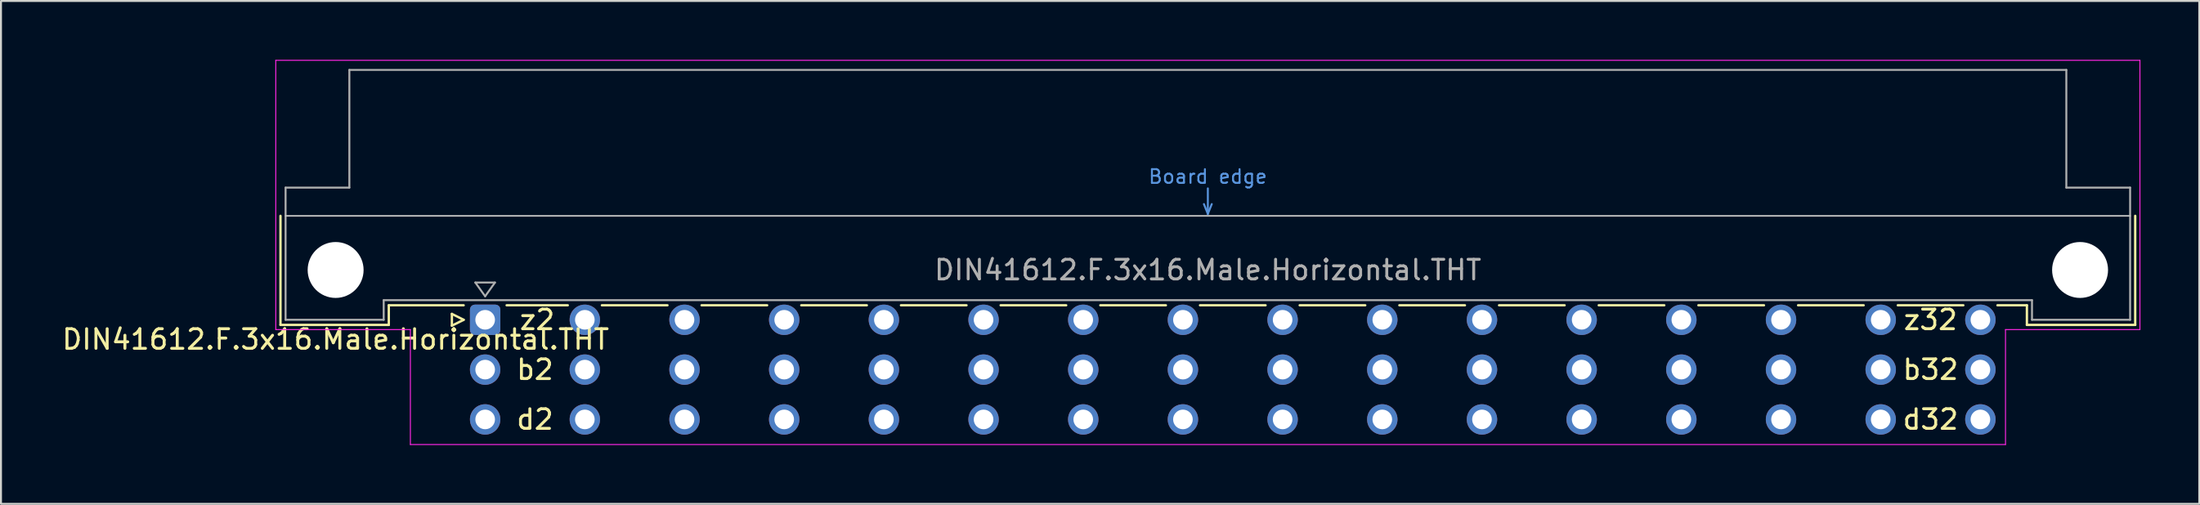
<source format=kicad_pcb>
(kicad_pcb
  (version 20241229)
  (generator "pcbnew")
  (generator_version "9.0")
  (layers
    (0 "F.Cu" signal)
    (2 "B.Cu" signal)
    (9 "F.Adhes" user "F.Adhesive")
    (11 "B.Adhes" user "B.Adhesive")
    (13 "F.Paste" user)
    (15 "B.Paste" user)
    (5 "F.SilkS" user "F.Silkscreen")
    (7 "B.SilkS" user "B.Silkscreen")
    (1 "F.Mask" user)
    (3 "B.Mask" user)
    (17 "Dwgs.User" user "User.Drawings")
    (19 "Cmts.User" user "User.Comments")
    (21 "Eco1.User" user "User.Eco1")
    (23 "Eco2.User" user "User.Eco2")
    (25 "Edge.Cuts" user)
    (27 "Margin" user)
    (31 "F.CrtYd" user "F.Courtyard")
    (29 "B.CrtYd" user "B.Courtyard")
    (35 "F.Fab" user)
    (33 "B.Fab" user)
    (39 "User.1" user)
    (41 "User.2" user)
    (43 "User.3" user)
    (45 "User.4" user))
  (footprint "DIN41612.F.3x16.Male.Horizontal.THT"
    (layer "F.Cu")
    (at 58.504 8.175)
    (property "Reference" "DIN41612.F.3x16.Male.Horizontal.THT" (at -44.45 6.08 0) (layer "F.SilkS") (effects (font (size 1 1) (thickness 0.15))))
    (attr through_hole)
    (fp_line (start -47.26 -0.22) (end -47.26 5.34) (stroke (width 0.12) (type solid)) (layer "F.SilkS"))
    (fp_line (start -47.26 5.34) (end -41.74 5.34) (stroke (width 0.12) (type solid)) (layer "F.SilkS"))
    (fp_line (start -41.741 4.34) (end -37.925 4.34) (stroke (width 0.12) (type solid)) (layer "F.SilkS"))
    (fp_line (start -41.74 5.34) (end -41.74 4.34) (stroke (width 0.12) (type solid)) (layer "F.SilkS"))
    (fp_line (start -38.525 4.78) (end -38.525 5.38) (stroke (width 0.12) (type solid)) (layer "F.SilkS"))
    (fp_line (start -38.525 5.38) (end -37.925 5.08) (stroke (width 0.12) (type solid)) (layer "F.SilkS"))
    (fp_line (start -37.925 5.08) (end -38.525 4.78) (stroke (width 0.12) (type solid)) (layer "F.SilkS"))
    (fp_line (start -35.735 4.34) (end -32.619 4.34) (stroke (width 0.12) (type solid)) (layer "F.SilkS"))
    (fp_line (start -30.88 4.34) (end -27.539 4.34) (stroke (width 0.12) (type solid)) (layer "F.SilkS"))
    (fp_line (start -25.8 4.34) (end -22.459 4.34) (stroke (width 0.12) (type solid)) (layer "F.SilkS"))
    (fp_line (start -20.72 4.34) (end -17.379 4.34) (stroke (width 0.12) (type solid)) (layer "F.SilkS"))
    (fp_line (start -15.64 4.34) (end -12.299 4.34) (stroke (width 0.12) (type solid)) (layer "F.SilkS"))
    (fp_line (start -10.56 4.34) (end -7.219 4.34) (stroke (width 0.12) (type solid)) (layer "F.SilkS"))
    (fp_line (start -5.48 4.34) (end -2.139 4.34) (stroke (width 0.12) (type solid)) (layer "F.SilkS"))
    (fp_line (start -0.4 4.34) (end 2.941 4.34) (stroke (width 0.12) (type solid)) (layer "F.SilkS"))
    (fp_line (start 4.68 4.34) (end 8.021 4.34) (stroke (width 0.12) (type solid)) (layer "F.SilkS"))
    (fp_line (start 9.76 4.34) (end 13.101 4.34) (stroke (width 0.12) (type solid)) (layer "F.SilkS"))
    (fp_line (start 14.84 4.34) (end 18.181 4.34) (stroke (width 0.12) (type solid)) (layer "F.SilkS"))
    (fp_line (start 19.92 4.34) (end 23.261 4.34) (stroke (width 0.12) (type solid)) (layer "F.SilkS"))
    (fp_line (start 25 4.34) (end 28.341 4.34) (stroke (width 0.12) (type solid)) (layer "F.SilkS"))
    (fp_line (start 30.08 4.34) (end 33.421 4.34) (stroke (width 0.12) (type solid)) (layer "F.SilkS"))
    (fp_line (start 35.16 4.34) (end 38.501 4.34) (stroke (width 0.12) (type solid)) (layer "F.SilkS"))
    (fp_line (start 40.24 4.34) (end 41.74 4.34) (stroke (width 0.12) (type solid)) (layer "F.SilkS"))
    (fp_line (start 41.74 5.34) (end 41.74 4.34) (stroke (width 0.12) (type solid)) (layer "F.SilkS"))
    (fp_line (start 47.26 -0.22) (end 47.26 5.34) (stroke (width 0.12) (type solid)) (layer "F.SilkS"))
    (fp_line (start 47.26 5.34) (end 41.74 5.34) (stroke (width 0.12) (type solid)) (layer "F.SilkS"))
    (fp_line (start -47 -0.22) (end 47 -0.22) (stroke (width 0.08) (type solid)) (layer "Dwgs.User"))
    (fp_line (start -0.2 -0.82) (end 0 -0.32) (stroke (width 0.1) (type solid)) (layer "Cmts.User"))
    (fp_line (start 0 -0.32) (end 0 -1.62) (stroke (width 0.1) (type solid)) (layer "Cmts.User"))
    (fp_line (start 0 -0.32) (end 0.2 -0.82) (stroke (width 0.1) (type solid)) (layer "Cmts.User"))
    (fp_line (start -47.5 -8.15) (end -47.5 5.58) (stroke (width 0.05) (type solid)) (layer "F.CrtYd"))
    (fp_line (start -47.5 5.58) (end -40.64 5.58) (stroke (width 0.05) (type solid)) (layer "F.CrtYd"))
    (fp_line (start -40.64 5.58) (end -40.64 11.44) (stroke (width 0.05) (type solid)) (layer "F.CrtYd"))
    (fp_line (start -40.64 11.44) (end 40.65 11.44) (stroke (width 0.05) (type solid)) (layer "F.CrtYd"))
    (fp_line (start 40.65 5.58) (end 47.5 5.58) (stroke (width 0.05) (type solid)) (layer "F.CrtYd"))
    (fp_line (start 40.65 11.44) (end 40.65 5.58) (stroke (width 0.05) (type solid)) (layer "F.CrtYd"))
    (fp_line (start 47.5 -8.15) (end -47.5 -8.15) (stroke (width 0.05) (type solid)) (layer "F.CrtYd"))
    (fp_line (start 47.5 5.58) (end 47.5 -8.15) (stroke (width 0.05) (type solid)) (layer "F.CrtYd"))
    (fp_line (start -47 -1.66) (end -47 5.08) (stroke (width 0.1) (type solid)) (layer "F.Fab"))
    (fp_line (start -47 5.08) (end -42 5.08) (stroke (width 0.1) (type solid)) (layer "F.Fab"))
    (fp_line (start -43.75 -7.66) (end -43.75 -1.66) (stroke (width 0.1) (type solid)) (layer "F.Fab"))
    (fp_line (start -43.75 -1.66) (end -47 -1.66) (stroke (width 0.1) (type solid)) (layer "F.Fab"))
    (fp_line (start -42 4.08) (end 42 4.08) (stroke (width 0.1) (type solid)) (layer "F.Fab"))
    (fp_line (start -42 5.08) (end -42 4.08) (stroke (width 0.1) (type solid)) (layer "F.Fab"))
    (fp_line (start -37.33 3.18) (end -36.33 3.18) (stroke (width 0.1) (type solid)) (layer "F.Fab"))
    (fp_line (start -36.83 3.88) (end -37.33 3.18) (stroke (width 0.1) (type solid)) (layer "F.Fab"))
    (fp_line (start -36.33 3.18) (end -36.83 3.88) (stroke (width 0.1) (type solid)) (layer "F.Fab"))
    (fp_line (start 42 4.08) (end 42 5.08) (stroke (width 0.1) (type solid)) (layer "F.Fab"))
    (fp_line (start 42 5.08) (end 47 5.08) (stroke (width 0.1) (type solid)) (layer "F.Fab"))
    (fp_line (start 43.75 -7.66) (end -43.75 -7.66) (stroke (width 0.1) (type solid)) (layer "F.Fab"))
    (fp_line (start 43.75 -1.66) (end 43.75 -7.66) (stroke (width 0.1) (type solid)) (layer "F.Fab"))
    (fp_line (start 47 -1.66) (end 43.75 -1.66) (stroke (width 0.1) (type solid)) (layer "F.Fab"))
    (fp_line (start 47 5.08) (end 47 -1.66) (stroke (width 0.1) (type solid)) (layer "F.Fab"))
    (fp_text user "z32" (at 36.83 5.08 0) (unlocked yes) (layer "F.SilkS") (effects (font (size 1 1) (thickness 0.15))))
    (fp_text user "b2" (at -34.29 7.62 0) (unlocked yes) (layer "F.SilkS") (effects (font (size 1 1) (thickness 0.15))))
    (fp_text user "d32" (at 36.83 10.16 0) (unlocked yes) (layer "F.SilkS") (effects (font (size 1 1) (thickness 0.15))))
    (fp_text user "b32" (at 36.83 7.62 0) (unlocked yes) (layer "F.SilkS") (effects (font (size 1 1) (thickness 0.15))))
    (fp_text user "d2" (at -34.29 10.16 0) (unlocked yes) (layer "F.SilkS") (effects (font (size 1 1) (thickness 0.15))))
    (fp_text user "z2" (at -34.177 5.08 0) (unlocked yes) (layer "F.SilkS") (effects (font (size 1 1) (thickness 0.15))))
    (fp_text user "Board edge" (at 0 -2.22 0) (layer "Cmts.User") (effects (font (size 0.7 0.7) (thickness 0.1))))
    (fp_text user "${REFERENCE}" (at 0 2.54 0) (layer "F.Fab") (effects (font (size 1 1) (thickness 0.15))))
    (pad "" np_thru_hole circle (at -44.45 2.54) (size 2.85 2.85) (drill 2.85) (layers "*.Cu" "*.Mask"))
    (pad "" np_thru_hole circle (at 44.45 2.54) (size 2.85 2.85) (drill 2.85) (layers "*.Cu" "*.Mask"))
    (pad "b2" thru_hole circle (at -36.83 7.62) (size 1.55 1.55) (drill 1) (layers "*.Cu" "*.Mask"))
    (pad "b4" thru_hole circle (at -31.75 7.62) (size 1.55 1.55) (drill 1) (layers "*.Cu" "*.Mask"))
    (pad "b6" thru_hole circle (at -26.67 7.62) (size 1.55 1.55) (drill 1) (layers "*.Cu" "*.Mask"))
    (pad "b8" thru_hole circle (at -21.59 7.62) (size 1.55 1.55) (drill 1) (layers "*.Cu" "*.Mask"))
    (pad "b10" thru_hole circle (at -16.51 7.62) (size 1.55 1.55) (drill 1) (layers "*.Cu" "*.Mask"))
    (pad "b12" thru_hole circle (at -11.43 7.62) (size 1.55 1.55) (drill 1) (layers "*.Cu" "*.Mask"))
    (pad "b14" thru_hole circle (at -6.35 7.62) (size 1.55 1.55) (drill 1) (layers "*.Cu" "*.Mask"))
    (pad "b16" thru_hole circle (at -1.27 7.62) (size 1.55 1.55) (drill 1) (layers "*.Cu" "*.Mask"))
    (pad "b18" thru_hole circle (at 3.81 7.62) (size 1.55 1.55) (drill 1) (layers "*.Cu" "*.Mask"))
    (pad "b20" thru_hole circle (at 8.89 7.62) (size 1.55 1.55) (drill 1) (layers "*.Cu" "*.Mask"))
    (pad "b22" thru_hole circle (at 13.97 7.62) (size 1.55 1.55) (drill 1) (layers "*.Cu" "*.Mask"))
    (pad "b24" thru_hole circle (at 19.05 7.62) (size 1.55 1.55) (drill 1) (layers "*.Cu" "*.Mask"))
    (pad "b26" thru_hole circle (at 24.13 7.62) (size 1.55 1.55) (drill 1) (layers "*.Cu" "*.Mask"))
    (pad "b28" thru_hole circle (at 29.21 7.62) (size 1.55 1.55) (drill 1) (layers "*.Cu" "*.Mask"))
    (pad "b30" thru_hole circle (at 34.29 7.62) (size 1.55 1.55) (drill 1) (layers "*.Cu" "*.Mask"))
    (pad "b32" thru_hole circle (at 39.37 7.62) (size 1.55 1.55) (drill 1) (layers "*.Cu" "*.Mask"))
    (pad "d2" thru_hole circle (at -36.83 10.16) (size 1.55 1.55) (drill 1) (layers "*.Cu" "*.Mask"))
    (pad "d4" thru_hole circle (at -31.75 10.16) (size 1.55 1.55) (drill 1) (layers "*.Cu" "*.Mask"))
    (pad "d6" thru_hole circle (at -26.67 10.16) (size 1.55 1.55) (drill 1) (layers "*.Cu" "*.Mask"))
    (pad "d8" thru_hole circle (at -21.59 10.16) (size 1.55 1.55) (drill 1) (layers "*.Cu" "*.Mask"))
    (pad "d10" thru_hole circle (at -16.51 10.16) (size 1.55 1.55) (drill 1) (layers "*.Cu" "*.Mask"))
    (pad "d12" thru_hole circle (at -11.43 10.16) (size 1.55 1.55) (drill 1) (layers "*.Cu" "*.Mask"))
    (pad "d14" thru_hole circle (at -6.35 10.16) (size 1.55 1.55) (drill 1) (layers "*.Cu" "*.Mask"))
    (pad "d16" thru_hole circle (at -1.27 10.16) (size 1.55 1.55) (drill 1) (layers "*.Cu" "*.Mask"))
    (pad "d18" thru_hole circle (at 3.81 10.16) (size 1.55 1.55) (drill 1) (layers "*.Cu" "*.Mask"))
    (pad "d20" thru_hole circle (at 8.89 10.16) (size 1.55 1.55) (drill 1) (layers "*.Cu" "*.Mask"))
    (pad "d22" thru_hole circle (at 13.97 10.16) (size 1.55 1.55) (drill 1) (layers "*.Cu" "*.Mask"))
    (pad "d24" thru_hole circle (at 19.05 10.16) (size 1.55 1.55) (drill 1) (layers "*.Cu" "*.Mask"))
    (pad "d26" thru_hole circle (at 24.13 10.16) (size 1.55 1.55) (drill 1) (layers "*.Cu" "*.Mask"))
    (pad "d28" thru_hole circle (at 29.21 10.16) (size 1.55 1.55) (drill 1) (layers "*.Cu" "*.Mask"))
    (pad "d30" thru_hole circle (at 34.29 10.16) (size 1.55 1.55) (drill 1) (layers "*.Cu" "*.Mask"))
    (pad "d32" thru_hole circle (at 39.37 10.16) (size 1.55 1.55) (drill 1) (layers "*.Cu" "*.Mask"))
    (pad "z2" thru_hole roundrect (at -36.83 5.08) (size 1.55 1.55) (drill 1) (layers "*.Cu" "*.Mask") (roundrect_rratio 0.161))
    (pad "z4" thru_hole circle (at -31.75 5.08) (size 1.55 1.55) (drill 1) (layers "*.Cu" "*.Mask"))
    (pad "z6" thru_hole circle (at -26.67 5.08) (size 1.55 1.55) (drill 1) (layers "*.Cu" "*.Mask"))
    (pad "z8" thru_hole circle (at -21.59 5.08) (size 1.55 1.55) (drill 1) (layers "*.Cu" "*.Mask"))
    (pad "z10" thru_hole circle (at -16.51 5.08) (size 1.55 1.55) (drill 1) (layers "*.Cu" "*.Mask"))
    (pad "z12" thru_hole circle (at -11.43 5.08) (size 1.55 1.55) (drill 1) (layers "*.Cu" "*.Mask"))
    (pad "z14" thru_hole circle (at -6.35 5.08) (size 1.55 1.55) (drill 1) (layers "*.Cu" "*.Mask"))
    (pad "z16" thru_hole circle (at -1.27 5.08) (size 1.55 1.55) (drill 1) (layers "*.Cu" "*.Mask"))
    (pad "z18" thru_hole circle (at 3.81 5.08) (size 1.55 1.55) (drill 1) (layers "*.Cu" "*.Mask"))
    (pad "z20" thru_hole circle (at 8.89 5.08) (size 1.55 1.55) (drill 1) (layers "*.Cu" "*.Mask"))
    (pad "z22" thru_hole circle (at 13.97 5.08) (size 1.55 1.55) (drill 1) (layers "*.Cu" "*.Mask"))
    (pad "z24" thru_hole circle (at 19.05 5.08) (size 1.55 1.55) (drill 1) (layers "*.Cu" "*.Mask"))
    (pad "z26" thru_hole circle (at 24.13 5.08) (size 1.55 1.55) (drill 1) (layers "*.Cu" "*.Mask"))
    (pad "z28" thru_hole circle (at 29.21 5.08) (size 1.55 1.55) (drill 1) (layers "*.Cu" "*.Mask"))
    (pad "z30" thru_hole circle (at 34.29 5.08) (size 1.55 1.55) (drill 1) (layers "*.Cu" "*.Mask"))
    (pad "z32" thru_hole circle (at 39.37 5.08) (size 1.55 1.55) (drill 1) (layers "*.Cu" "*.Mask")))
  (gr_rect
    (start -3 -3)
    (end 109.029 22.64)
    (stroke (width 0.1) (type default))
    (fill no)
    (layer "Edge.Cuts")))
</source>
